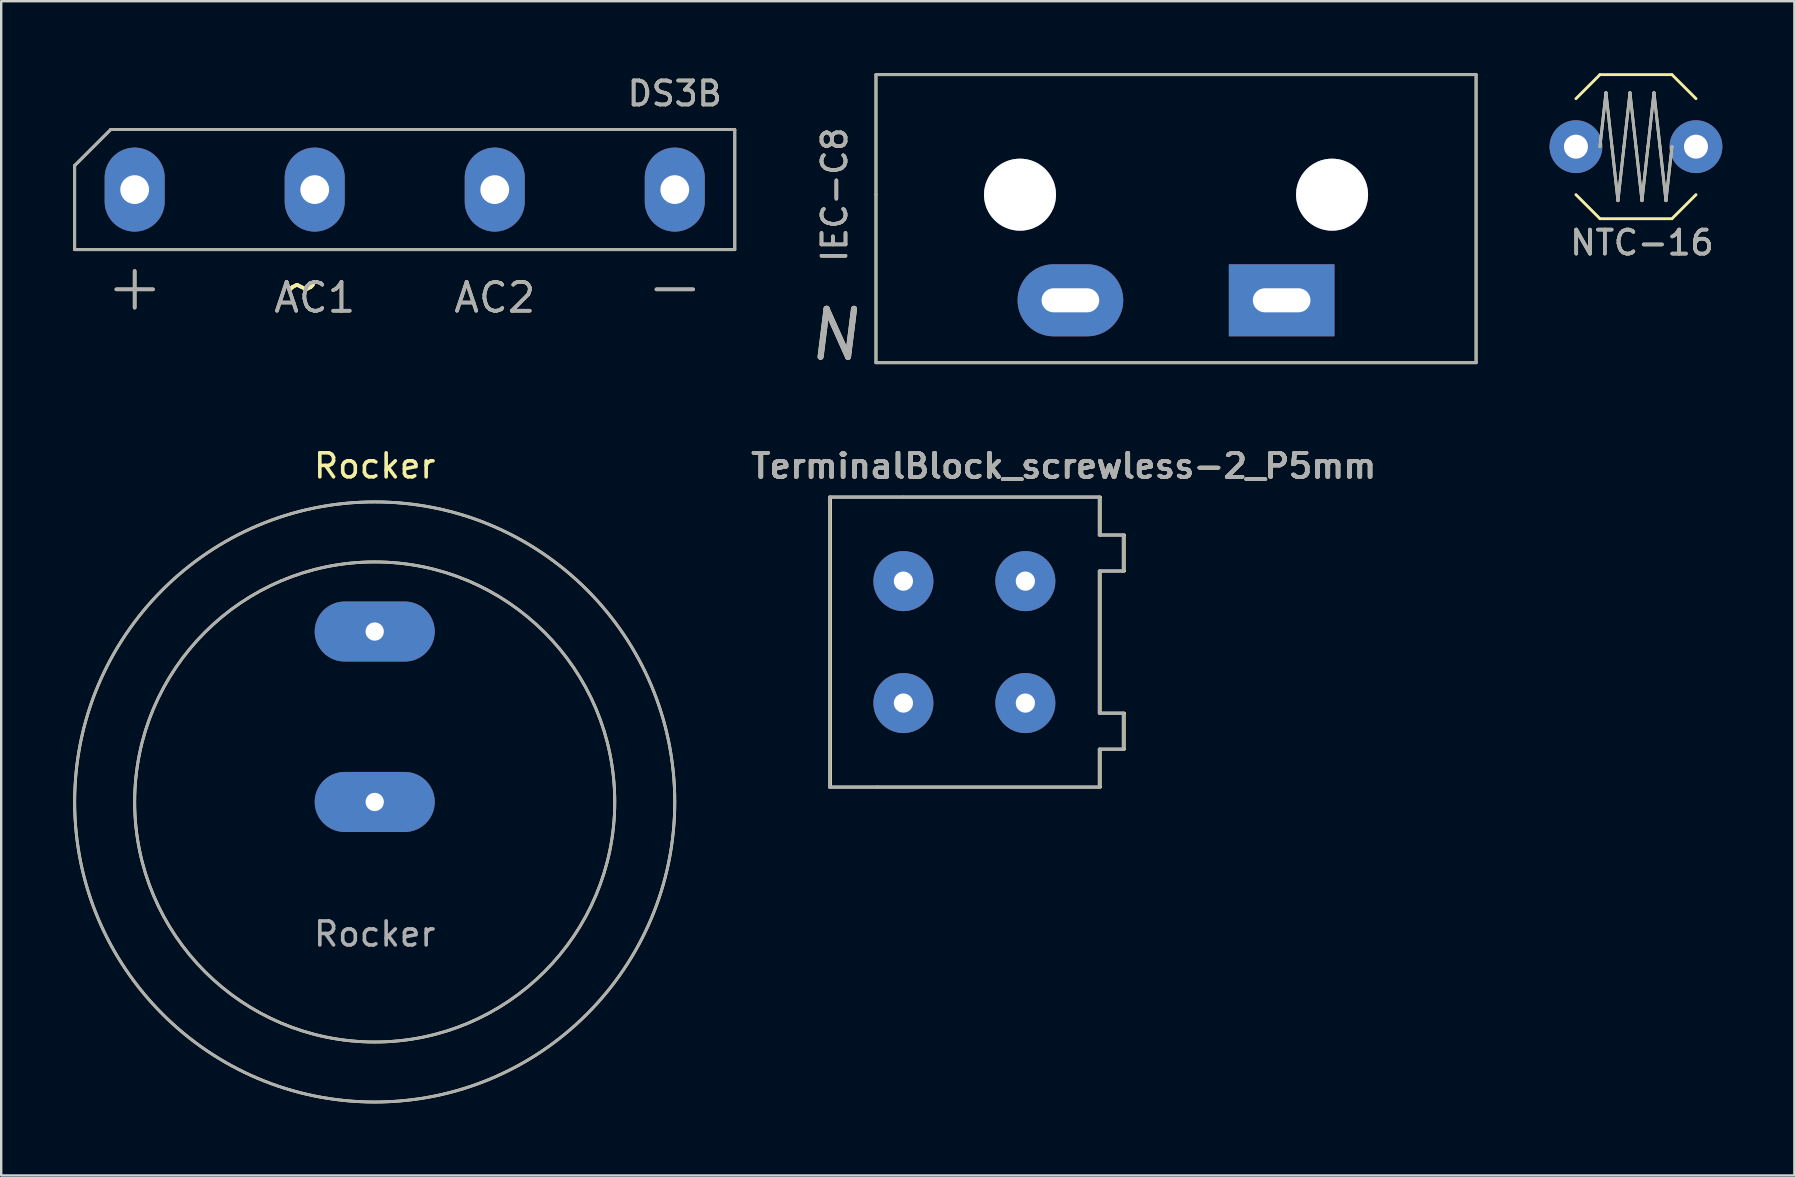
<source format=kicad_pcb>
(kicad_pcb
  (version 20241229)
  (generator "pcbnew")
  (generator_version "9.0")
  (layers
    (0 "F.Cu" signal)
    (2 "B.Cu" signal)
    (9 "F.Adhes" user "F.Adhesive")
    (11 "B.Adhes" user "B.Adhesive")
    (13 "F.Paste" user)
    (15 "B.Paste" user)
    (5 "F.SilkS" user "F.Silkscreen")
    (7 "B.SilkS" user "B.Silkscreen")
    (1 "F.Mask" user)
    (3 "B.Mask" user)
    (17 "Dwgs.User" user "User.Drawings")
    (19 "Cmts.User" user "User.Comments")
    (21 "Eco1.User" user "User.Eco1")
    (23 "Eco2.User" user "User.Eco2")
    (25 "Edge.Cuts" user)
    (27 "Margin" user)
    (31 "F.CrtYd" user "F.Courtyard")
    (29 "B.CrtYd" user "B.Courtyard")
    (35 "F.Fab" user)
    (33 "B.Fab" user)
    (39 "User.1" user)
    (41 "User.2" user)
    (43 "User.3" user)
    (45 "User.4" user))
  (footprint "NTC-16"
    (layer "F.Cu")
    (at 65.102 3.06)
    (property "Reference" "NTC-16" (at 0.25 4 0) (layer "F.SilkS") (effects (font (size 1 1) (thickness 0.15))))
    (attr through_hole)
    (fp_line (start -1.5 -3) (end -2.5 -2) (stroke (width 0.12) (type solid)) (layer "F.SilkS"))
    (fp_line (start -1.5 -3) (end 1.5 -3) (stroke (width 0.12) (type solid)) (layer "F.SilkS"))
    (fp_line (start -1.5 0) (end -1.25 -2.25) (stroke (width 0.12) (type solid)) (layer "F.SilkS"))
    (fp_line (start -1.5 3) (end -2.5 2) (stroke (width 0.12) (type solid)) (layer "F.SilkS"))
    (fp_line (start -1.25 -2.25) (end -1 0) (stroke (width 0.12) (type solid)) (layer "F.SilkS"))
    (fp_line (start -1 0) (end -0.75 2.25) (stroke (width 0.12) (type solid)) (layer "F.SilkS"))
    (fp_line (start -0.75 2.25) (end -0.5 0) (stroke (width 0.12) (type solid)) (layer "F.SilkS"))
    (fp_line (start -0.5 0) (end -0.25 -2.25) (stroke (width 0.12) (type solid)) (layer "F.SilkS"))
    (fp_line (start -0.25 -2.25) (end 0 0) (stroke (width 0.12) (type solid)) (layer "F.SilkS"))
    (fp_line (start 0 0) (end 0.25 2.25) (stroke (width 0.12) (type solid)) (layer "F.SilkS"))
    (fp_line (start 0.25 2.25) (end 0.5 0) (stroke (width 0.12) (type solid)) (layer "F.SilkS"))
    (fp_line (start 0.5 0) (end 0.75 -2.25) (stroke (width 0.12) (type solid)) (layer "F.SilkS"))
    (fp_line (start 0.75 -2.25) (end 1 0) (stroke (width 0.12) (type solid)) (layer "F.SilkS"))
    (fp_line (start 1 0) (end 1.25 2.25) (stroke (width 0.12) (type solid)) (layer "F.SilkS"))
    (fp_line (start 1.25 2.25) (end 1.5 0) (stroke (width 0.12) (type solid)) (layer "F.SilkS"))
    (fp_line (start 1.5 -3) (end 2.5 -2) (stroke (width 0.12) (type solid)) (layer "F.SilkS"))
    (fp_line (start 1.5 3) (end -1.5 3) (stroke (width 0.12) (type solid)) (layer "F.SilkS"))
    (fp_line (start 1.5 3) (end 2.5 2) (stroke (width 0.12) (type solid)) (layer "F.SilkS"))
    (fp_line (start -1.5 0) (end -1.25 -2.25) (stroke (width 0.12) (type solid)) (layer "F.Fab"))
    (fp_line (start -1.25 -2.25) (end -0.75 2.25) (stroke (width 0.12) (type solid)) (layer "F.Fab"))
    (fp_line (start -0.75 2.25) (end -0.25 -2.25) (stroke (width 0.12) (type solid)) (layer "F.Fab"))
    (fp_line (start -0.25 -2.25) (end 0.25 2.25) (stroke (width 0.12) (type solid)) (layer "F.Fab"))
    (fp_line (start 0.25 2.25) (end 0.75 -2.25) (stroke (width 0.12) (type solid)) (layer "F.Fab"))
    (fp_line (start 0.75 -2.25) (end 1.25 2.25) (stroke (width 0.12) (type solid)) (layer "F.Fab"))
    (fp_line (start 1.25 2.25) (end 1.5 0) (stroke (width 0.12) (type solid)) (layer "F.Fab"))
    (fp_text user "${REFERENCE}" (at 0.25 4 0) (layer "F.Fab") (effects (font (size 1 1) (thickness 0.15))))
    (pad "1" thru_hole circle (at 2.5 0) (size 2.2 2.2) (drill 1) (layers "*.Cu" "*.Mask"))
    (pad "2" thru_hole circle (at -2.5 0) (size 2.2 2.2) (drill 1) (layers "*.Cu" "*.Mask")))
  (footprint "TerminalBlock_screwless-2_P5mm"
    (layer "F.Cu")
    (at 34.585 21.159)
    (property "Reference" "TerminalBlock_screwless-2_P5mm" (at 6.66 -4.8 0) (layer "F.SilkS") (effects (font (size 1 1) (thickness 0.15))))
    (attr through_hole)
    (fp_line (start -3.04 -3.5) (end -3.04 8.58) (stroke (width 0.12) (type solid)) (layer "F.SilkS"))
    (fp_line (start 8.2 -3.5) (end -3.04 -3.5) (stroke (width 0.12) (type solid)) (layer "F.SilkS"))
    (fp_line (start 8.2 -3.5) (end 8.2 -1.92) (stroke (width 0.12) (type solid)) (layer "F.SilkS"))
    (fp_line (start 8.2 -0.42) (end 8.2 5.5) (stroke (width 0.12) (type solid)) (layer "F.SilkS"))
    (fp_line (start 8.2 -0.42) (end 9.2 -0.42) (stroke (width 0.12) (type solid)) (layer "F.SilkS"))
    (fp_line (start 8.2 7) (end 9.2 7) (stroke (width 0.12) (type solid)) (layer "F.SilkS"))
    (fp_line (start 8.2 8.58) (end -3.04 8.58) (stroke (width 0.12) (type solid)) (layer "F.SilkS"))
    (fp_line (start 8.2 8.58) (end 8.2 7) (stroke (width 0.12) (type solid)) (layer "F.SilkS"))
    (fp_line (start 9.2 -1.92) (end 8.2 -1.92) (stroke (width 0.12) (type solid)) (layer "F.SilkS"))
    (fp_line (start 9.2 -0.42) (end 9.2 -1.92) (stroke (width 0.12) (type solid)) (layer "F.SilkS"))
    (fp_line (start 9.2 5.5) (end 8.2 5.5) (stroke (width 0.12) (type solid)) (layer "F.SilkS"))
    (fp_line (start 9.2 7) (end 9.2 5.5) (stroke (width 0.12) (type solid)) (layer "F.SilkS"))
    (fp_line (start -3.08 -3.5) (end -3.08 0) (stroke (width 0.12) (type solid)) (layer "F.Fab"))
    (fp_line (start -3.08 -3.5) (end -3.08 0) (stroke (width 0.12) (type solid)) (layer "F.Fab"))
    (fp_line (start -3.08 -3.5) (end 0 -3.5) (stroke (width 0.12) (type solid)) (layer "F.Fab"))
    (fp_line (start -3.08 -3.5) (end 0 -3.5) (stroke (width 0.12) (type solid)) (layer "F.Fab"))
    (fp_line (start -3.08 0) (end -3.08 8.58) (stroke (width 0.12) (type solid)) (layer "F.Fab"))
    (fp_line (start -3.08 0) (end -3.08 8.58) (stroke (width 0.12) (type solid)) (layer "F.Fab"))
    (fp_line (start -3.08 8.58) (end -1.08 8.58) (stroke (width 0.12) (type solid)) (layer "F.Fab"))
    (fp_line (start -3.08 8.58) (end -1.08 8.58) (stroke (width 0.12) (type solid)) (layer "F.Fab"))
    (fp_line (start 8.16 -3.5) (end 0 -3.5) (stroke (width 0.12) (type solid)) (layer "F.Fab"))
    (fp_line (start 8.16 -3.5) (end 0 -3.5) (stroke (width 0.12) (type solid)) (layer "F.Fab"))
    (fp_line (start 8.16 -3.5) (end 8.16 -1.92) (stroke (width 0.12) (type solid)) (layer "F.Fab"))
    (fp_line (start 8.16 -3.5) (end 8.16 -1.92) (stroke (width 0.12) (type solid)) (layer "F.Fab"))
    (fp_line (start 8.16 -0.42) (end 8.16 5.5) (stroke (width 0.12) (type solid)) (layer "F.Fab"))
    (fp_line (start 8.16 -0.42) (end 8.16 5.5) (stroke (width 0.12) (type solid)) (layer "F.Fab"))
    (fp_line (start 8.16 -0.42) (end 9.16 -0.42) (stroke (width 0.12) (type solid)) (layer "F.Fab"))
    (fp_line (start 8.16 -0.42) (end 9.16 -0.42) (stroke (width 0.12) (type solid)) (layer "F.Fab"))
    (fp_line (start 8.16 7) (end 9.16 7) (stroke (width 0.12) (type solid)) (layer "F.Fab"))
    (fp_line (start 8.16 7) (end 9.16 7) (stroke (width 0.12) (type solid)) (layer "F.Fab"))
    (fp_line (start 8.16 8.58) (end -1.08 8.58) (stroke (width 0.12) (type solid)) (layer "F.Fab"))
    (fp_line (start 8.16 8.58) (end -1.08 8.58) (stroke (width 0.12) (type solid)) (layer "F.Fab"))
    (fp_line (start 8.16 8.58) (end 8.16 7) (stroke (width 0.12) (type solid)) (layer "F.Fab"))
    (fp_line (start 8.16 8.58) (end 8.16 7) (stroke (width 0.12) (type solid)) (layer "F.Fab"))
    (fp_line (start 9.16 -1.92) (end 8.16 -1.92) (stroke (width 0.12) (type solid)) (layer "F.Fab"))
    (fp_line (start 9.16 -1.92) (end 8.16 -1.92) (stroke (width 0.12) (type solid)) (layer "F.Fab"))
    (fp_line (start 9.16 -0.42) (end 9.16 -1.92) (stroke (width 0.12) (type solid)) (layer "F.Fab"))
    (fp_line (start 9.16 -0.42) (end 9.16 -1.92) (stroke (width 0.12) (type solid)) (layer "F.Fab"))
    (fp_line (start 9.16 5.5) (end 8.16 5.5) (stroke (width 0.12) (type solid)) (layer "F.Fab"))
    (fp_line (start 9.16 5.5) (end 8.16 5.5) (stroke (width 0.12) (type solid)) (layer "F.Fab"))
    (fp_line (start 9.16 7) (end 9.16 5.5) (stroke (width 0.12) (type solid)) (layer "F.Fab"))
    (fp_line (start 9.16 7) (end 9.16 5.5) (stroke (width 0.12) (type solid)) (layer "F.Fab"))
    (fp_text user "${REFERENCE}" (at 6.7 -4.8 0) (layer "F.SilkS") (effects (font (size 1 1) (thickness 0.15))))
    (fp_text user "${REFERENCE}" (at 6.66 -4.8 0) (layer "F.Fab") (effects (font (size 1 1) (thickness 0.15))))
    (fp_text user "${REFERENCE}" (at 6.66 -4.8 0) (layer "F.Fab") (effects (font (size 1 1) (thickness 0.15))))
    (fp_text user "${REFERENCE}" (at 6.7 -4.8 0) (layer "F.Fab") (effects (font (size 1 1) (thickness 0.15))))
    (pad "1" thru_hole circle (at 0 0) (size 2.5 2.5) (drill 0.8) (layers "*.Cu" "*.Mask"))
    (pad "1" thru_hole circle (at 0 5.08) (size 2.5 2.5) (drill 0.8) (layers "*.Cu" "*.Mask"))
    (pad "2" thru_hole circle (at 5.08 0) (size 2.5 2.5) (drill 0.8) (layers "*.Cu" "*.Mask"))
    (pad "2" thru_hole circle (at 5.08 5.08) (size 2.5 2.5) (drill 0.8) (layers "*.Cu" "*.Mask")))
  (footprint "DS3B"
    (layer "F.Cu")
    (at 14.06 4.848)
    (property "Reference" "DS3B" (at 11 -4 0) (layer "F.SilkS") (effects (font (size 1 1) (thickness 0.15))))
    (attr through_hole)
    (fp_line (start -14 -1) (end -12.5 -2.5) (stroke (width 0.12) (type solid)) (layer "F.SilkS"))
    (fp_line (start -14 2.5) (end -14 -1) (stroke (width 0.12) (type solid)) (layer "F.SilkS"))
    (fp_line (start -12.5 -2.5) (end 13.5 -2.5) (stroke (width 0.12) (type solid)) (layer "F.SilkS"))
    (fp_line (start 13.5 -2.5) (end 13.5 2.5) (stroke (width 0.12) (type solid)) (layer "F.SilkS"))
    (fp_line (start 13.5 2.5) (end -14 2.5) (stroke (width 0.12) (type solid)) (layer "F.SilkS"))
    (fp_line (start -14 -1) (end -12.5 -2.5) (stroke (width 0.12) (type solid)) (layer "F.Fab"))
    (fp_line (start -14 2.5) (end -14 -1) (stroke (width 0.12) (type solid)) (layer "F.Fab"))
    (fp_line (start -12.5 -2.5) (end 13.5 -2.5) (stroke (width 0.12) (type solid)) (layer "F.Fab"))
    (fp_line (start 13.5 -2.5) (end 13.5 2.5) (stroke (width 0.12) (type solid)) (layer "F.Fab"))
    (fp_line (start 13.5 2.5) (end -14 2.5) (stroke (width 0.12) (type solid)) (layer "F.Fab"))
    (fp_text user "-" (at 11 4 0) (layer "F.SilkS") (effects (font (size 2 2) (thickness 0.15))))
    (fp_text user "+" (at -11.5 4 0) (layer "F.SilkS") (effects (font (size 2 2) (thickness 0.15))))
    (fp_text user "AC2" (at 3.5 4.5 0) (layer "F.SilkS") (effects (font (size 1.2 1.2) (thickness 0.15))))
    (fp_text user "~" (at -4.5 4 0) (layer "F.SilkS") (effects (font (size 2 2) (thickness 0.15))))
    (fp_text user "~" (at -4.5 4 0) (layer "F.SilkS") (effects (font (size 2 2) (thickness 0.15))))
    (fp_text user "AC1" (at -4 4.5 0) (layer "F.SilkS") (effects (font (size 1.2 1.2) (thickness 0.15))))
    (fp_text user "AC1" (at -4 4.5 0) (layer "F.Fab") (effects (font (size 1.2 1.2) (thickness 0.15))))
    (fp_text user "AC2" (at 3.5 4.5 0) (layer "F.Fab") (effects (font (size 1.2 1.2) (thickness 0.15))))
    (fp_text user "-" (at 11 4 0) (layer "F.Fab") (effects (font (size 2 2) (thickness 0.15))))
    (fp_text user "${REFERENCE}" (at 11 -4 0) (layer "F.Fab") (effects (font (size 1 1) (thickness 0.15))))
    (fp_text user "+" (at -11.5 4 0) (layer "F.Fab") (effects (font (size 2 2) (thickness 0.15))))
    (pad "1" thru_hole oval (at -11.5 0) (size 2.5 3.5) (drill oval 1.2) (layers "*.Cu" "*.Mask"))
    (pad "2" thru_hole oval (at -4 0) (size 2.5 3.5) (drill 1.2) (layers "*.Cu" "*.Mask"))
    (pad "3" thru_hole oval (at 3.5 0) (size 2.5 3.5) (drill 1.2) (layers "*.Cu" "*.Mask"))
    (pad "4" thru_hole oval (at 11 0) (size 2.5 3.5) (drill 1.2) (layers "*.Cu" "*.Mask")))
  (footprint "IEC-C8"
    (layer "F.Cu")
    (at 45.942 5.06)
    (property "Reference" "IEC-C8" (at -14.224 0 90) (layer "F.SilkS") (effects (font (size 1 1) (thickness 0.15))))
    (attr through_hole)
    (fp_line (start -12.5 0) (end -12.5 -5) (stroke (width 0.12) (type solid)) (layer "F.SilkS"))
    (fp_line (start -12.5 0) (end -12.5 7) (stroke (width 0.12) (type solid)) (layer "F.SilkS"))
    (fp_line (start -12.5 7) (end 12.5 7) (stroke (width 0.12) (type solid)) (layer "F.SilkS"))
    (fp_line (start 12.5 -5) (end -12.5 -5) (stroke (width 0.12) (type solid)) (layer "F.SilkS"))
    (fp_line (start 12.5 7) (end 12.5 -5) (stroke (width 0.12) (type solid)) (layer "F.SilkS"))
    (fp_line (start -12.5 -5) (end 12.5 -5) (stroke (width 0.12) (type solid)) (layer "F.Fab"))
    (fp_line (start -12.5 7) (end -12.5 -5) (stroke (width 0.12) (type solid)) (layer "F.Fab"))
    (fp_line (start 12.5 -5) (end 12.5 7) (stroke (width 0.12) (type solid)) (layer "F.Fab"))
    (fp_line (start 12.5 7) (end -12.5 7) (stroke (width 0.12) (type solid)) (layer "F.Fab"))
    (fp_text user "N" (at -14.224 5.842 0) (layer "F.SilkS") (effects (font (size 2 2) (thickness 0.25) (italic yes))))
    (fp_text user "${REFERENCE}" (at -14.224 0 90) (layer "F.Fab") (effects (font (size 1 1) (thickness 0.15))))
    (fp_text user "N" (at -14.224 5.842 0) (layer "F.Fab") (effects (font (size 2 2) (thickness 0.25) (italic yes))))
    (pad "" thru_hole circle (at -6.5 0) (size 3 3) (drill 3) (layers "*.Cu" "*.Mask"))
    (pad "" thru_hole circle (at 6.5 0) (size 3 3) (drill 3) (layers "*.Cu" "*.Mask"))
    (pad "1" thru_hole rect (at 4.4 4.4) (size 4.4 3) (drill oval 2.4 1) (layers "*.Cu" "*.Mask"))
    (pad "2" thru_hole oval (at -4.4 4.4) (size 4.4 3) (drill oval 2.4 1) (layers "*.Cu" "*.Mask")))
  (footprint "Rocker"
    (layer "F.Cu")
    (at 12.56 30.359)
    (property "Reference" "Rocker" (at 0 -14 0) (layer "F.SilkS") (effects (font (size 1 1) (thickness 0.15))))
    (attr through_hole)
    (fp_circle (center 0 0) (end 10 0) (stroke (width 0.12) (type solid)) (fill no) (layer "F.SilkS"))
    (fp_circle (center 0 0) (end 12.5 0) (stroke (width 0.12) (type solid)) (fill no) (layer "F.SilkS"))
    (fp_circle (center 0 0) (end 10 0) (stroke (width 0.12) (type solid)) (fill no) (layer "F.Fab"))
    (fp_circle (center 0 0) (end 12.5 0) (stroke (width 0.12) (type solid)) (fill no) (layer "F.Fab"))
    (fp_text user "${REFERENCE}" (at 0 5.5 0) (layer "F.Fab") (effects (font (size 1 1) (thickness 0.15))))
    (pad "1" thru_hole oval (at 0 0) (size 5 2.5) (drill 0.762) (layers "*.Cu" "*.Mask"))
    (pad "2" thru_hole oval (at 0 -7.1) (size 5 2.5) (drill 0.762) (layers "*.Cu" "*.Mask")))
  (gr_rect
    (start -3 -3)
    (end 71.702 45.919)
    (stroke (width 0.1) (type default))
    (fill no)
    (layer "Edge.Cuts")))
</source>
